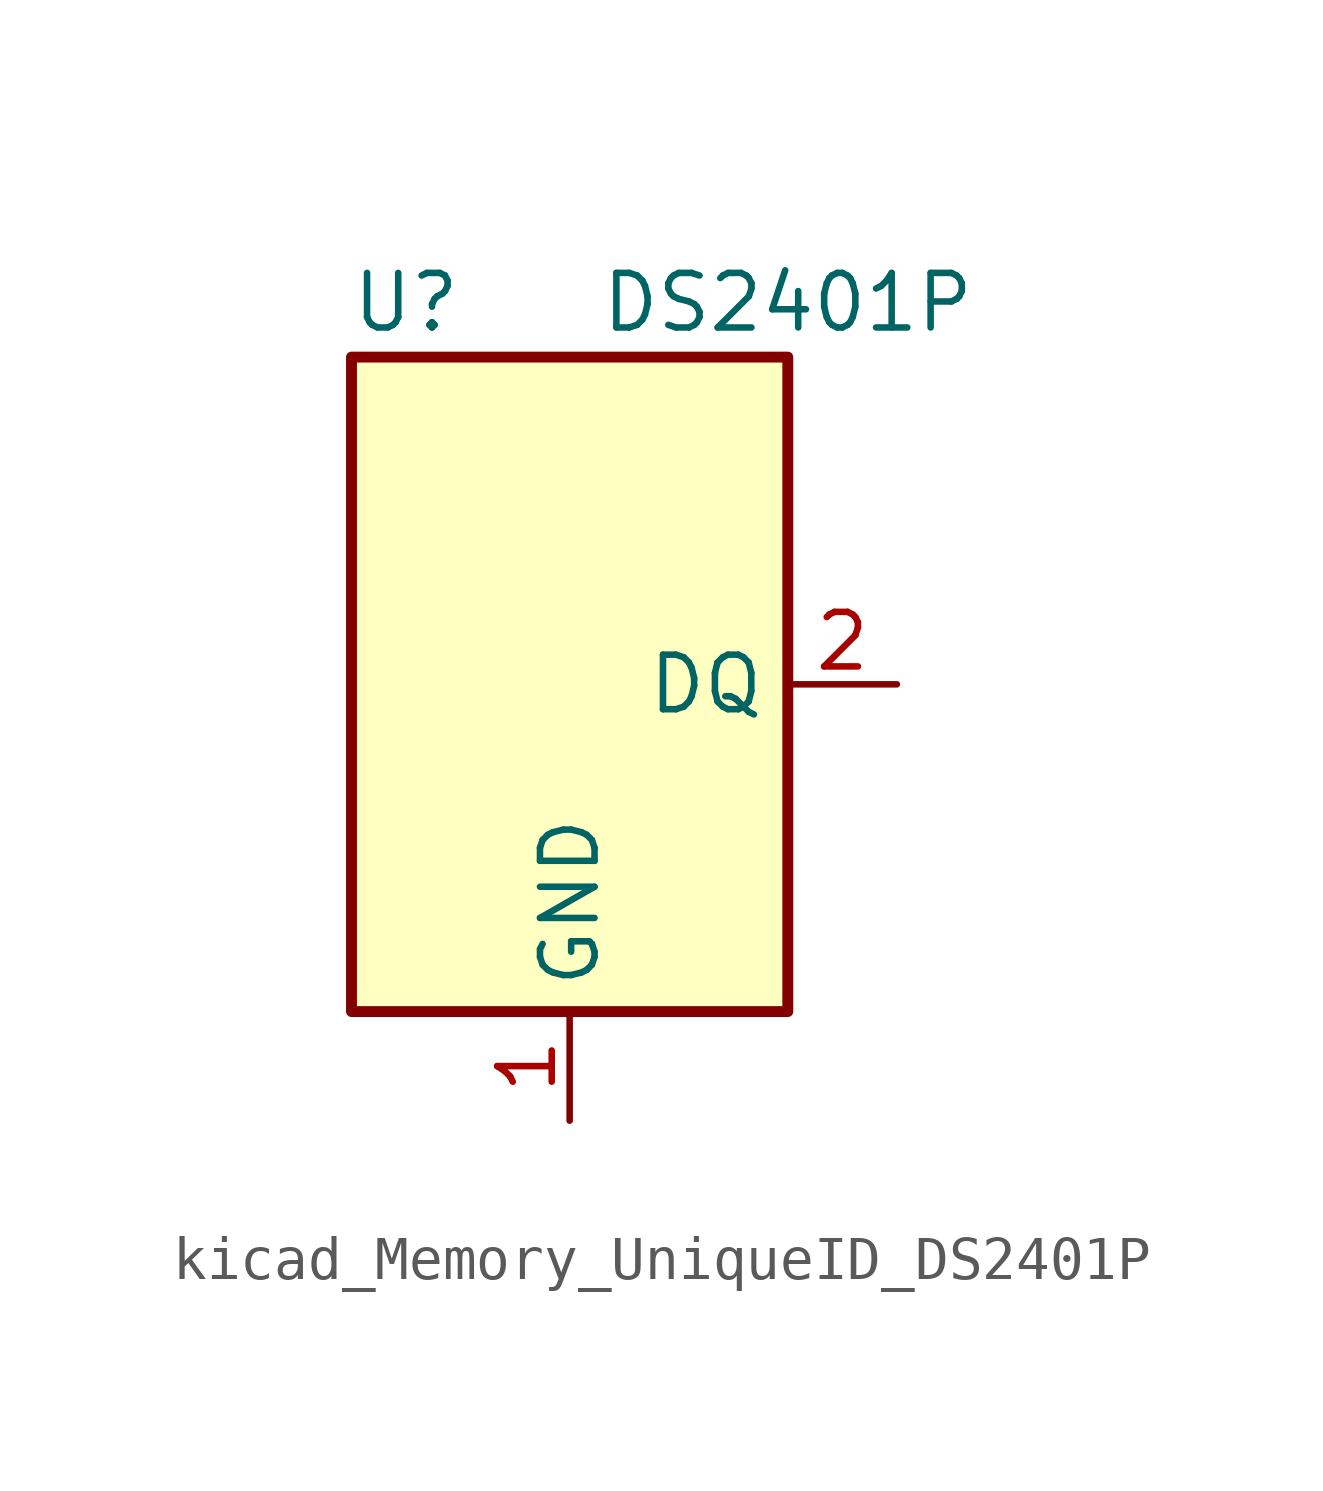
<source format=kicad_sym>
(kicad_symbol_lib
  (version 20220914)
  (generator kicad_symbol_editor)
  (symbol "kicad_Memory_UniqueID_DS2401P"
    (property "Reference" "U"
      (at -3.81 8.89 0)
      (effects (font (size 1.27 1.27))))
    (property "Value" "DS2401P"
      (at 5.08 8.89 0)
      (effects (font (size 1.27 1.27))))
    (symbol "kicad_Memory_UniqueID_DS2401P_0_1"
      (rectangle (start 5.08 -7.62) (end -5.08 7.62) (stroke (width 0.254) (type default)) (fill (type background))))
    (symbol "kicad_Memory_UniqueID_DS2401P_1_1"
      (pin power_in line (at 0 -10.16 90) (length 2.54) (name "GND" (effects (font (size 1.27 1.27)))) (number "1" (effects (font (size 1.27 1.27)))))
      (pin bidirectional line (at 7.62 0 180) (length 2.54) (name "DQ" (effects (font (size 1.27 1.27)))) (number "2" (effects (font (size 1.27 1.27)))))
      (pin no_connect line (at -5.08 5.08 0) (length 2.54) hide (name "NC" (effects (font (size 1.27 1.27)))) (number "3" (effects (font (size 1.27 1.27)))))
      (pin no_connect line (at -5.08 2.54 0) (length 2.54) hide (name "NC" (effects (font (size 1.27 1.27)))) (number "4" (effects (font (size 1.27 1.27)))))
      (pin no_connect line (at -5.08 -2.54 0) (length 2.54) hide (name "NC" (effects (font (size 1.27 1.27)))) (number "5" (effects (font (size 1.27 1.27)))))
      (pin no_connect line (at -5.08 -5.08 0) (length 2.54) hide (name "NC" (effects (font (size 1.27 1.27)))) (number "6" (effects (font (size 1.27 1.27))))))))
</source>
